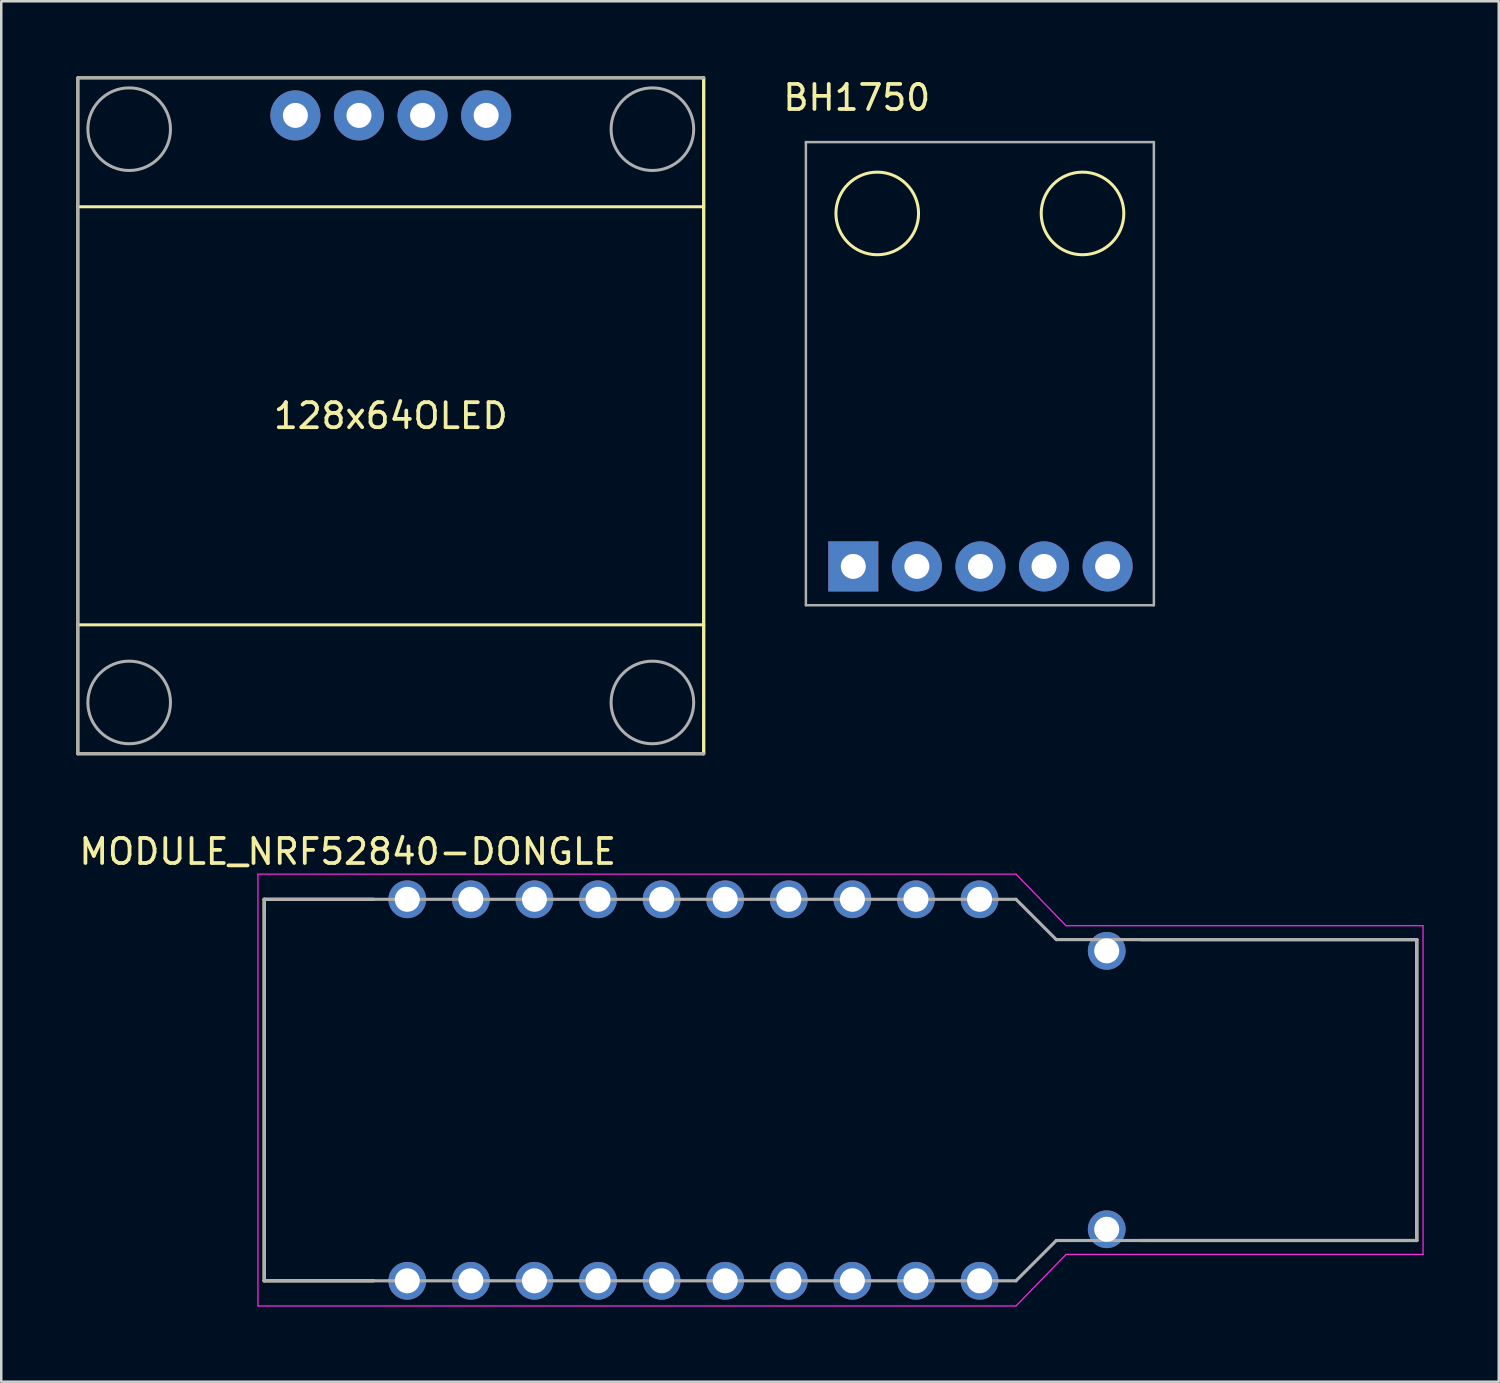
<source format=kicad_pcb>
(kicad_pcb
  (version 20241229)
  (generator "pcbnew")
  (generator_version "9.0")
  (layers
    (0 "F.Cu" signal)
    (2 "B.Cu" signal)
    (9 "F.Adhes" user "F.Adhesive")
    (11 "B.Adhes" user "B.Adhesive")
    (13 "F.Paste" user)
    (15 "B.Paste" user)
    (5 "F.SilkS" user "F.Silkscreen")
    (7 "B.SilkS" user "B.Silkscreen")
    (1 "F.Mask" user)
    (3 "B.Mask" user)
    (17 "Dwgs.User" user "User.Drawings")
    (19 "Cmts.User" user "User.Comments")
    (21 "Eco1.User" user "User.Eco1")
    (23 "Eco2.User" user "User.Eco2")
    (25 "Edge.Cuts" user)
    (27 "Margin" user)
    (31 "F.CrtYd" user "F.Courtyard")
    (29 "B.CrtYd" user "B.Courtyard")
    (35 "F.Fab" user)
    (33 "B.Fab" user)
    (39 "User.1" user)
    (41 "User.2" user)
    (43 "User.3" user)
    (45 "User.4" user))
  (footprint "128x64OLED"
    (layer "F.Cu")
    (at 12.56 13.56)
    (property "Reference" "128x64OLED" (at 0 0 0) (layer "F.SilkS") (effects (font (size 1 1) (thickness 0.15))))
    (attr through_hole)
    (fp_line (start -12.5 -13.5) (end 12.5 -13.5) (stroke (width 0.12) (type solid)) (layer "F.SilkS"))
    (fp_line (start -12.5 -8.35) (end 12.5 -8.35) (stroke (width 0.12) (type solid)) (layer "F.SilkS"))
    (fp_line (start -12.5 8.35) (end 12.5 8.35) (stroke (width 0.12) (type solid)) (layer "F.SilkS"))
    (fp_line (start -12.5 13.5) (end -12.5 -13.5) (stroke (width 0.12) (type solid)) (layer "F.SilkS"))
    (fp_line (start -12.5 13.5) (end 12.5 13.5) (stroke (width 0.12) (type solid)) (layer "F.SilkS"))
    (fp_line (start 12.5 13.5) (end 12.5 -13.5) (stroke (width 0.12) (type solid)) (layer "F.SilkS"))
    (fp_line (start 12.5 13.5) (end 12.5 -13.5) (stroke (width 0.12) (type solid)) (layer "F.SilkS"))
    (fp_line (start -12.5 -13.5) (end 12.5 -13.5) (stroke (width 0.12) (type solid)) (layer "F.Fab"))
    (fp_line (start -12.5 13.5) (end -12.5 -13.5) (stroke (width 0.12) (type solid)) (layer "F.Fab"))
    (fp_line (start -12.5 13.5) (end 12.5 13.5) (stroke (width 0.12) (type solid)) (layer "F.Fab"))
    (fp_circle (center -10.45 -11.45) (end -8.8 -11.45) (stroke (width 0.12) (type solid)) (fill no) (layer "F.Fab"))
    (fp_circle (center -10.45 11.45) (end -8.8 11.45) (stroke (width 0.12) (type solid)) (fill no) (layer "F.Fab"))
    (fp_circle (center 10.45 -11.45) (end 12.1 -11.45) (stroke (width 0.12) (type solid)) (fill no) (layer "F.Fab"))
    (fp_circle (center 10.45 11.45) (end 12.1 11.45) (stroke (width 0.12) (type solid)) (fill no) (layer "F.Fab"))
    (pad "1" thru_hole circle (at -3.81 -12 90) (size 2 2) (drill 1) (layers "*.Cu" "*.Mask"))
    (pad "2" thru_hole circle (at -1.27 -12 90) (size 2 2) (drill 1) (layers "*.Cu" "*.Mask"))
    (pad "3" thru_hole circle (at 1.27 -12 90) (size 2 2) (drill 1) (layers "*.Cu" "*.Mask"))
    (pad "4" thru_hole circle (at 3.81 -12 90) (size 2 2) (drill 1) (layers "*.Cu" "*.Mask")))
  (footprint "MODULE_NRF52840-DONGLE"
    (layer "F.Cu")
    (at 30.524 40.493)
    (property "Reference" "MODULE_NRF52840-DONGLE" (at -19.685 -9.525 0) (layer "F.SilkS") (effects (font (size 1 1) (thickness 0.15))))
    (attr through_hole)
    (fp_line (start -23.02 -7.62) (end -23.02 7.62) (stroke (width 0.127) (type solid)) (layer "F.SilkS"))
    (fp_line (start -23.02 7.62) (end -18.65 7.62) (stroke (width 0.127) (type solid)) (layer "F.SilkS"))
    (fp_line (start -18.65 -7.62) (end -23.02 -7.62) (stroke (width 0.127) (type solid)) (layer "F.SilkS"))
    (fp_line (start 12 -6.01) (end 23.02 -6.01) (stroke (width 0.127) (type solid)) (layer "F.SilkS"))
    (fp_line (start 23.02 -6.01) (end 23.02 6.01) (stroke (width 0.127) (type solid)) (layer "F.SilkS"))
    (fp_line (start 23.02 6.01) (end 12 6.01) (stroke (width 0.127) (type solid)) (layer "F.SilkS"))
    (fp_line (start -23.27 -8.625) (end 7.01 -8.625) (stroke (width 0.05) (type solid)) (layer "F.CrtYd"))
    (fp_line (start -23.27 8.625) (end -23.27 -8.625) (stroke (width 0.05) (type solid)) (layer "F.CrtYd"))
    (fp_line (start 7.01 -8.625) (end 9.01 -6.565) (stroke (width 0.05) (type solid)) (layer "F.CrtYd"))
    (fp_line (start 7.01 8.625) (end -23.27 8.625) (stroke (width 0.05) (type solid)) (layer "F.CrtYd"))
    (fp_line (start 9.01 -6.565) (end 23.27 -6.565) (stroke (width 0.05) (type solid)) (layer "F.CrtYd"))
    (fp_line (start 9.01 6.565) (end 7.01 8.625) (stroke (width 0.05) (type solid)) (layer "F.CrtYd"))
    (fp_line (start 23.27 -6.565) (end 23.27 6.565) (stroke (width 0.05) (type solid)) (layer "F.CrtYd"))
    (fp_line (start 23.27 6.565) (end 9.01 6.565) (stroke (width 0.05) (type solid)) (layer "F.CrtYd"))
    (fp_line (start -23.02 -7.62) (end 7.01 -7.62) (stroke (width 0.127) (type solid)) (layer "F.Fab"))
    (fp_line (start -23.02 7.62) (end -23.02 -7.62) (stroke (width 0.127) (type solid)) (layer "F.Fab"))
    (fp_line (start 7.01 7.62) (end -23.02 7.62) (stroke (width 0.127) (type solid)) (layer "F.Fab"))
    (fp_line (start 8.62 -6.01) (end 7.01 -7.62) (stroke (width 0.127) (type solid)) (layer "F.Fab"))
    (fp_line (start 8.62 6.01) (end 7.01 7.62) (stroke (width 0.127) (type solid)) (layer "F.Fab"))
    (fp_line (start 23.02 -6.01) (end 8.62 -6.01) (stroke (width 0.127) (type solid)) (layer "F.Fab"))
    (fp_line (start 23.02 -6.01) (end 23.02 6.01) (stroke (width 0.127) (type solid)) (layer "F.Fab"))
    (fp_line (start 23.02 6.01) (end 8.62 6.01) (stroke (width 0.127) (type solid)) (layer "F.Fab"))
    (pad "0.02" thru_hole circle (at -7.145 7.62) (size 1.508 1.508) (drill 1) (layers "*.Cu" "*.Mask"))
    (pad "0.09" thru_hole circle (at -12.225 -7.62) (size 1.508 1.508) (drill 1) (layers "*.Cu" "*.Mask"))
    (pad "0.10" thru_hole circle (at -14.765 -7.62) (size 1.508 1.508) (drill 1) (layers "*.Cu" "*.Mask"))
    (pad "0.13" thru_hole circle (at 5.555 -7.62) (size 1.508 1.508) (drill 1) (layers "*.Cu" "*.Mask"))
    (pad "0.15" thru_hole circle (at 3.015 -7.62) (size 1.508 1.508) (drill 1) (layers "*.Cu" "*.Mask"))
    (pad "0.17" thru_hole circle (at 0.475 -7.62) (size 1.508 1.508) (drill 1) (layers "*.Cu" "*.Mask"))
    (pad "0.20" thru_hole circle (at -2.065 -7.62) (size 1.508 1.508) (drill 1) (layers "*.Cu" "*.Mask"))
    (pad "0.22" thru_hole circle (at -4.605 -7.62) (size 1.508 1.508) (drill 1) (layers "*.Cu" "*.Mask"))
    (pad "0.24" thru_hole circle (at -7.145 -7.62) (size 1.508 1.508) (drill 1) (layers "*.Cu" "*.Mask"))
    (pad "0.29" thru_hole circle (at -4.605 7.62) (size 1.508 1.508) (drill 1) (layers "*.Cu" "*.Mask"))
    (pad "0.31" thru_hole circle (at -2.065 7.62) (size 1.508 1.508) (drill 1) (layers "*.Cu" "*.Mask"))
    (pad "1.00" thru_hole circle (at -9.685 -7.62) (size 1.508 1.508) (drill 1) (layers "*.Cu" "*.Mask"))
    (pad "1.10" thru_hole circle (at -14.765 7.62) (size 1.508 1.508) (drill 1) (layers "*.Cu" "*.Mask"))
    (pad "1.13" thru_hole circle (at -12.225 7.62) (size 1.508 1.508) (drill 1) (layers "*.Cu" "*.Mask"))
    (pad "1.15" thru_hole circle (at -9.685 7.62) (size 1.508 1.508) (drill 1) (layers "*.Cu" "*.Mask"))
    (pad "G1" thru_hole circle (at -17.305 -7.62) (size 1.508 1.508) (drill 1) (layers "*.Cu" "*.Mask"))
    (pad "G2" thru_hole circle (at -17.305 7.62) (size 1.508 1.508) (drill 1) (layers "*.Cu" "*.Mask"))
    (pad "G3" thru_hole circle (at 0.475 7.62) (size 1.508 1.508) (drill 1) (layers "*.Cu" "*.Mask"))
    (pad "OUT" thru_hole circle (at 3.015 7.62) (size 1.508 1.508) (drill 1) (layers "*.Cu" "*.Mask"))
    (pad "SWDCLK" thru_hole circle (at 10.635 5.56) (size 1.508 1.508) (drill 1) (layers "*.Cu" "*.Mask"))
    (pad "SWDIO" thru_hole circle (at 10.635 -5.56) (size 1.508 1.508) (drill 1) (layers "*.Cu" "*.Mask"))
    (pad "VBUS" thru_hole circle (at 5.555 7.62) (size 1.508 1.508) (drill 1) (layers "*.Cu" "*.Mask")))
  (footprint "BH1750"
    (layer "F.Cu")
    (at 29.142 2.626)
    (property "Reference" "BH1750" (at 2.032 -1.778 0) (unlocked yes) (layer "F.SilkS") (effects (font (size 1 1) (thickness 0.15))))
    (attr through_hole)
    (fp_circle (center 2.85 2.85) (end 4.5 2.85) (stroke (width 0.12) (type solid)) (fill no) (layer "F.SilkS"))
    (fp_circle (center 11.05 2.85) (end 12.7 2.85) (stroke (width 0.12) (type solid)) (fill no) (layer "F.SilkS"))
    (fp_line (start 0 0) (end 0 18.5) (stroke (width 0.1) (type solid)) (layer "F.Fab"))
    (fp_line (start 0 0) (end 13.9 0) (stroke (width 0.1) (type solid)) (layer "F.Fab"))
    (fp_line (start 0 18.5) (end 13.9 18.5) (stroke (width 0.1) (type solid)) (layer "F.Fab"))
    (fp_line (start 13.9 0) (end 13.9 18.5) (stroke (width 0.1) (type solid)) (layer "F.Fab"))
    (pad "1" thru_hole rect (at 1.893 16.95 90) (size 2 2) (drill 1) (layers "*.Cu" "*.Mask"))
    (pad "2" thru_hole oval (at 4.433 16.95 90) (size 2 2) (drill 1) (layers "*.Cu" "*.Mask"))
    (pad "3" thru_hole oval (at 6.973 16.95 90) (size 2 2) (drill 1) (layers "*.Cu" "*.Mask"))
    (pad "4" thru_hole oval (at 9.513 16.95 90) (size 2 2) (drill 1) (layers "*.Cu" "*.Mask"))
    (pad "5" thru_hole oval (at 12.053 16.95 90) (size 2 2) (drill 1) (layers "*.Cu" "*.Mask")))
  (gr_rect
    (start -3 -3)
    (end 56.819 52.143)
    (stroke (width 0.1) (type default))
    (fill no)
    (layer "Edge.Cuts")))
</source>
